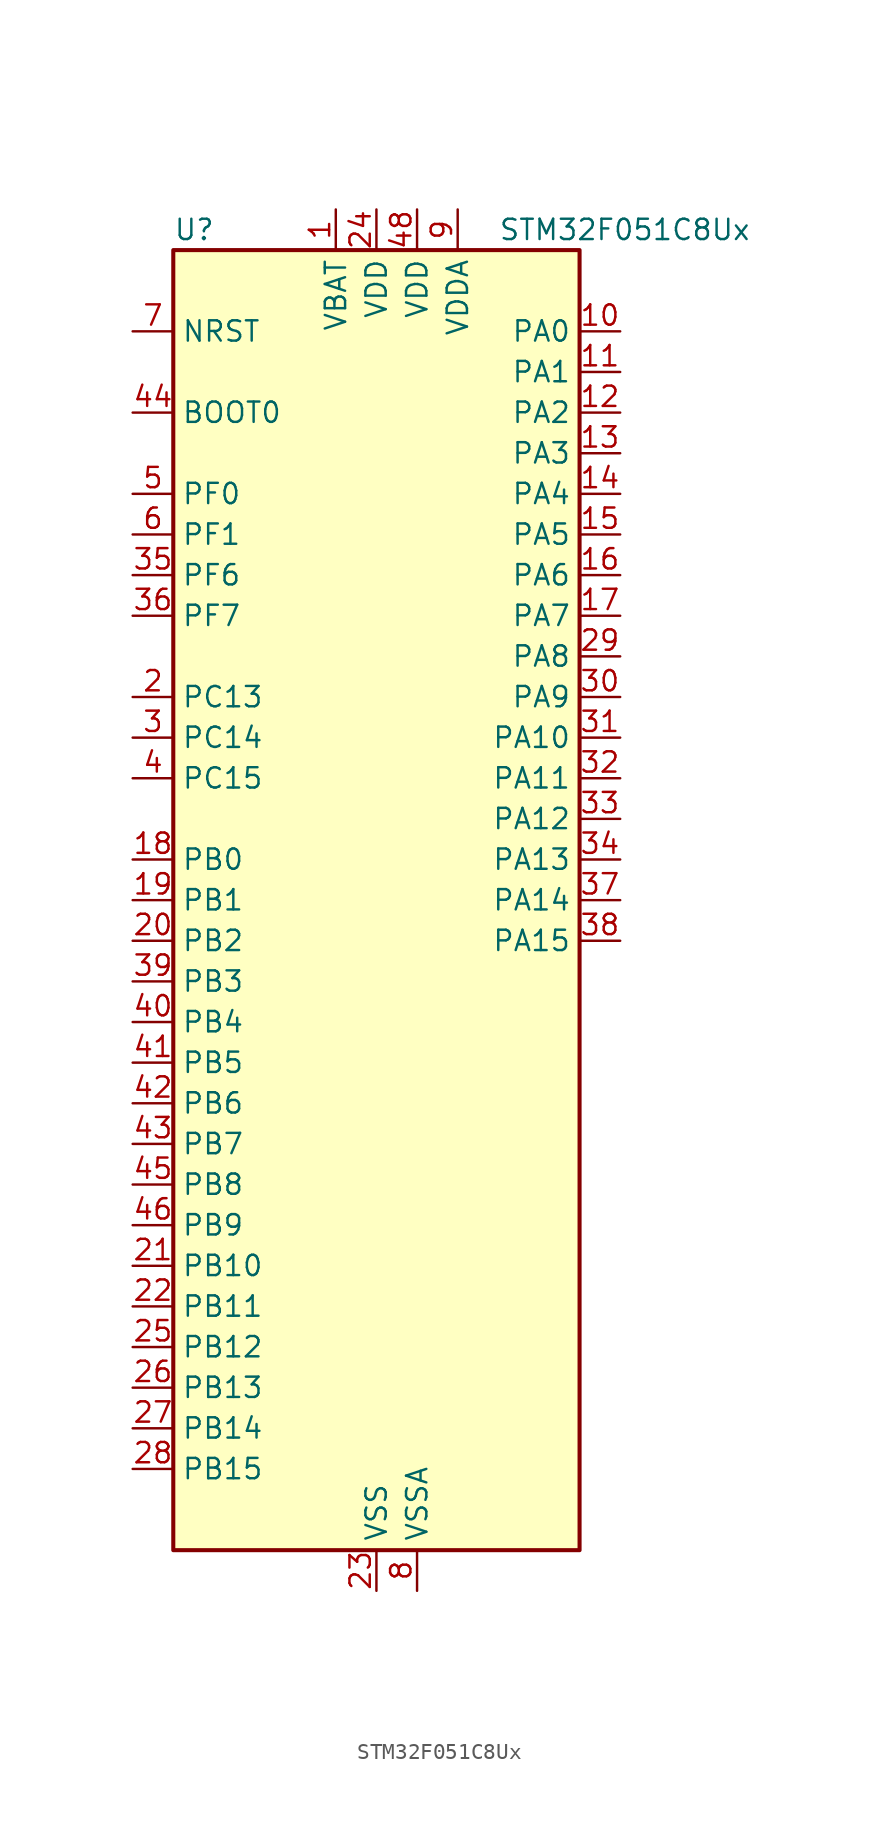
<source format=kicad_sym>
(kicad_symbol_lib
  (version 20241209)
  (generator "kicad_symbol_editor")
  (generator_version "9.0")
  (symbol "STM32F051C8Ux"
    (property "Reference" "U"
      (at -12.7 41.91 0)
      (effects (font (size 1.27 1.27)) (justify left)))
    (property "Value" "STM32F051C8Ux"
      (at 7.62 41.91 0)
      (effects (font (size 1.27 1.27)) (justify left)))
    (symbol "STM32F051C8Ux_0_1"
      (rectangle (start -12.7 -40.64) (end 12.7 40.64) (stroke (width 0.254) (type default)) (fill (type background))))
    (symbol "STM32F051C8Ux_1_1"
      (pin input line (at -15.24 35.56 0) (length 2.54) (name "NRST" (effects (font (size 1.27 1.27)))) (number "7" (effects (font (size 1.27 1.27)))))
      (pin input line (at -15.24 30.48 0) (length 2.54) (name "BOOT0" (effects (font (size 1.27 1.27)))) (number "44" (effects (font (size 1.27 1.27)))))
      (pin bidirectional line (at -15.24 25.4 0) (length 2.54) (name "PF0" (effects (font (size 1.27 1.27)))) (number "5" (effects (font (size 1.27 1.27)))) (alternate "RCC_OSC_IN" bidirectional line))
      (pin bidirectional line (at -15.24 22.86 0) (length 2.54) (name "PF1" (effects (font (size 1.27 1.27)))) (number "6" (effects (font (size 1.27 1.27)))) (alternate "RCC_OSC_OUT" bidirectional line))
      (pin bidirectional line (at -15.24 20.32 0) (length 2.54) (name "PF6" (effects (font (size 1.27 1.27)))) (number "35" (effects (font (size 1.27 1.27)))) (alternate "I2C2_SCL" bidirectional line))
      (pin bidirectional line (at -15.24 17.78 0) (length 2.54) (name "PF7" (effects (font (size 1.27 1.27)))) (number "36" (effects (font (size 1.27 1.27)))) (alternate "I2C2_SDA" bidirectional line))
      (pin bidirectional line (at -15.24 12.7 0) (length 2.54) (name "PC13" (effects (font (size 1.27 1.27)))) (number "2" (effects (font (size 1.27 1.27)))) (alternate "RTC_OUT_ALARM" bidirectional line) (alternate "RTC_OUT_CALIB" bidirectional line) (alternate "RTC_TAMP1" bidirectional line) (alternate "RTC_TS" bidirectional line) (alternate "SYS_WKUP2" bidirectional line))
      (pin bidirectional line (at -15.24 10.16 0) (length 2.54) (name "PC14" (effects (font (size 1.27 1.27)))) (number "3" (effects (font (size 1.27 1.27)))) (alternate "RCC_OSC32_IN" bidirectional line))
      (pin bidirectional line (at -15.24 7.62 0) (length 2.54) (name "PC15" (effects (font (size 1.27 1.27)))) (number "4" (effects (font (size 1.27 1.27)))) (alternate "RCC_OSC32_OUT" bidirectional line))
      (pin bidirectional line (at -15.24 2.54 0) (length 2.54) (name "PB0" (effects (font (size 1.27 1.27)))) (number "18" (effects (font (size 1.27 1.27)))) (alternate "ADC_IN8" bidirectional line) (alternate "TIM1_CH2N" bidirectional line) (alternate "TIM3_CH3" bidirectional line) (alternate "TSC_G3_IO2" bidirectional line))
      (pin bidirectional line (at -15.24 0 0) (length 2.54) (name "PB1" (effects (font (size 1.27 1.27)))) (number "19" (effects (font (size 1.27 1.27)))) (alternate "ADC_IN9" bidirectional line) (alternate "TIM14_CH1" bidirectional line) (alternate "TIM1_CH3N" bidirectional line) (alternate "TIM3_CH4" bidirectional line) (alternate "TSC_G3_IO3" bidirectional line))
      (pin bidirectional line (at -15.24 -2.54 0) (length 2.54) (name "PB2" (effects (font (size 1.27 1.27)))) (number "20" (effects (font (size 1.27 1.27)))) (alternate "TSC_G3_IO4" bidirectional line))
      (pin bidirectional line (at -15.24 -5.08 0) (length 2.54) (name "PB3" (effects (font (size 1.27 1.27)))) (number "39" (effects (font (size 1.27 1.27)))) (alternate "I2S1_CK" bidirectional line) (alternate "SPI1_SCK" bidirectional line) (alternate "TIM2_CH2" bidirectional line) (alternate "TSC_G5_IO1" bidirectional line))
      (pin bidirectional line (at -15.24 -7.62 0) (length 2.54) (name "PB4" (effects (font (size 1.27 1.27)))) (number "40" (effects (font (size 1.27 1.27)))) (alternate "I2S1_MCK" bidirectional line) (alternate "SPI1_MISO" bidirectional line) (alternate "TIM3_CH1" bidirectional line) (alternate "TSC_G5_IO2" bidirectional line))
      (pin bidirectional line (at -15.24 -10.16 0) (length 2.54) (name "PB5" (effects (font (size 1.27 1.27)))) (number "41" (effects (font (size 1.27 1.27)))) (alternate "I2C1_SMBA" bidirectional line) (alternate "I2S1_SD" bidirectional line) (alternate "SPI1_MOSI" bidirectional line) (alternate "TIM16_BKIN" bidirectional line) (alternate "TIM3_CH2" bidirectional line))
      (pin bidirectional line (at -15.24 -12.7 0) (length 2.54) (name "PB6" (effects (font (size 1.27 1.27)))) (number "42" (effects (font (size 1.27 1.27)))) (alternate "I2C1_SCL" bidirectional line) (alternate "TIM16_CH1N" bidirectional line) (alternate "TSC_G5_IO3" bidirectional line) (alternate "USART1_TX" bidirectional line))
      (pin bidirectional line (at -15.24 -15.24 0) (length 2.54) (name "PB7" (effects (font (size 1.27 1.27)))) (number "43" (effects (font (size 1.27 1.27)))) (alternate "I2C1_SDA" bidirectional line) (alternate "TIM17_CH1N" bidirectional line) (alternate "TSC_G5_IO4" bidirectional line) (alternate "USART1_RX" bidirectional line))
      (pin bidirectional line (at -15.24 -17.78 0) (length 2.54) (name "PB8" (effects (font (size 1.27 1.27)))) (number "45" (effects (font (size 1.27 1.27)))) (alternate "CEC" bidirectional line) (alternate "I2C1_SCL" bidirectional line) (alternate "TIM16_CH1" bidirectional line) (alternate "TSC_SYNC" bidirectional line))
      (pin bidirectional line (at -15.24 -20.32 0) (length 2.54) (name "PB9" (effects (font (size 1.27 1.27)))) (number "46" (effects (font (size 1.27 1.27)))) (alternate "DAC1_EXTI9" bidirectional line) (alternate "I2C1_SDA" bidirectional line) (alternate "IR_OUT" bidirectional line) (alternate "TIM17_CH1" bidirectional line))
      (pin bidirectional line (at -15.24 -22.86 0) (length 2.54) (name "PB10" (effects (font (size 1.27 1.27)))) (number "21" (effects (font (size 1.27 1.27)))) (alternate "CEC" bidirectional line) (alternate "I2C2_SCL" bidirectional line) (alternate "TIM2_CH3" bidirectional line) (alternate "TSC_SYNC" bidirectional line))
      (pin bidirectional line (at -15.24 -25.4 0) (length 2.54) (name "PB11" (effects (font (size 1.27 1.27)))) (number "22" (effects (font (size 1.27 1.27)))) (alternate "I2C2_SDA" bidirectional line) (alternate "TIM2_CH4" bidirectional line) (alternate "TSC_G6_IO1" bidirectional line))
      (pin bidirectional line (at -15.24 -27.94 0) (length 2.54) (name "PB12" (effects (font (size 1.27 1.27)))) (number "25" (effects (font (size 1.27 1.27)))) (alternate "SPI2_NSS" bidirectional line) (alternate "TIM1_BKIN" bidirectional line) (alternate "TSC_G6_IO2" bidirectional line))
      (pin bidirectional line (at -15.24 -30.48 0) (length 2.54) (name "PB13" (effects (font (size 1.27 1.27)))) (number "26" (effects (font (size 1.27 1.27)))) (alternate "SPI2_SCK" bidirectional line) (alternate "TIM1_CH1N" bidirectional line) (alternate "TSC_G6_IO3" bidirectional line))
      (pin bidirectional line (at -15.24 -33.02 0) (length 2.54) (name "PB14" (effects (font (size 1.27 1.27)))) (number "27" (effects (font (size 1.27 1.27)))) (alternate "SPI2_MISO" bidirectional line) (alternate "TIM15_CH1" bidirectional line) (alternate "TIM1_CH2N" bidirectional line) (alternate "TSC_G6_IO4" bidirectional line))
      (pin bidirectional line (at -15.24 -35.56 0) (length 2.54) (name "PB15" (effects (font (size 1.27 1.27)))) (number "28" (effects (font (size 1.27 1.27)))) (alternate "RTC_REFIN" bidirectional line) (alternate "SPI2_MOSI" bidirectional line) (alternate "TIM15_CH1N" bidirectional line) (alternate "TIM15_CH2" bidirectional line) (alternate "TIM1_CH3N" bidirectional line))
      (pin power_in line (at -2.54 43.18 270) (length 2.54) (name "VBAT" (effects (font (size 1.27 1.27)))) (number "1" (effects (font (size 1.27 1.27)))))
      (pin power_in line (at 0 43.18 270) (length 2.54) (name "VDD" (effects (font (size 1.27 1.27)))) (number "24" (effects (font (size 1.27 1.27)))))
      (pin power_in line (at 0 -43.18 90) (length 2.54) (name "VSS" (effects (font (size 1.27 1.27)))) (number "23" (effects (font (size 1.27 1.27)))))
      (pin passive line (at 0 -43.18 90) (length 2.54) (hide yes) (name "VSS" (effects (font (size 1.27 1.27)))) (number "47" (effects (font (size 1.27 1.27)))))
      (pin passive line (at 0 -43.18 90) (length 2.54) (hide yes) (name "VSS" (effects (font (size 1.27 1.27)))) (number "49" (effects (font (size 1.27 1.27)))))
      (pin power_in line (at 2.54 43.18 270) (length 2.54) (name "VDD" (effects (font (size 1.27 1.27)))) (number "48" (effects (font (size 1.27 1.27)))))
      (pin power_in line (at 2.54 -43.18 90) (length 2.54) (name "VSSA" (effects (font (size 1.27 1.27)))) (number "8" (effects (font (size 1.27 1.27)))))
      (pin power_in line (at 5.08 43.18 270) (length 2.54) (name "VDDA" (effects (font (size 1.27 1.27)))) (number "9" (effects (font (size 1.27 1.27)))))
      (pin bidirectional line (at 15.24 35.56 180) (length 2.54) (name "PA0" (effects (font (size 1.27 1.27)))) (number "10" (effects (font (size 1.27 1.27)))) (alternate "ADC_IN0" bidirectional line) (alternate "COMP1_INM" bidirectional line) (alternate "COMP1_OUT" bidirectional line) (alternate "RTC_TAMP2" bidirectional line) (alternate "SYS_WKUP1" bidirectional line) (alternate "TIM2_CH1" bidirectional line) (alternate "TIM2_ETR" bidirectional line) (alternate "TSC_G1_IO1" bidirectional line) (alternate "USART2_CTS" bidirectional line))
      (pin bidirectional line (at 15.24 33.02 180) (length 2.54) (name "PA1" (effects (font (size 1.27 1.27)))) (number "11" (effects (font (size 1.27 1.27)))) (alternate "ADC_IN1" bidirectional line) (alternate "COMP1_INP" bidirectional line) (alternate "TIM2_CH2" bidirectional line) (alternate "TSC_G1_IO2" bidirectional line) (alternate "USART2_DE" bidirectional line) (alternate "USART2_RTS" bidirectional line))
      (pin bidirectional line (at 15.24 30.48 180) (length 2.54) (name "PA2" (effects (font (size 1.27 1.27)))) (number "12" (effects (font (size 1.27 1.27)))) (alternate "ADC_IN2" bidirectional line) (alternate "COMP2_INM" bidirectional line) (alternate "COMP2_OUT" bidirectional line) (alternate "TIM15_CH1" bidirectional line) (alternate "TIM2_CH3" bidirectional line) (alternate "TSC_G1_IO3" bidirectional line) (alternate "USART2_TX" bidirectional line))
      (pin bidirectional line (at 15.24 27.94 180) (length 2.54) (name "PA3" (effects (font (size 1.27 1.27)))) (number "13" (effects (font (size 1.27 1.27)))) (alternate "ADC_IN3" bidirectional line) (alternate "COMP2_INP" bidirectional line) (alternate "TIM15_CH2" bidirectional line) (alternate "TIM2_CH4" bidirectional line) (alternate "TSC_G1_IO4" bidirectional line) (alternate "USART2_RX" bidirectional line))
      (pin bidirectional line (at 15.24 25.4 180) (length 2.54) (name "PA4" (effects (font (size 1.27 1.27)))) (number "14" (effects (font (size 1.27 1.27)))) (alternate "ADC_IN4" bidirectional line) (alternate "COMP1_INM" bidirectional line) (alternate "COMP2_INM" bidirectional line) (alternate "DAC1_OUT1" bidirectional line) (alternate "I2S1_WS" bidirectional line) (alternate "SPI1_NSS" bidirectional line) (alternate "TIM14_CH1" bidirectional line) (alternate "TSC_G2_IO1" bidirectional line) (alternate "USART2_CK" bidirectional line))
      (pin bidirectional line (at 15.24 22.86 180) (length 2.54) (name "PA5" (effects (font (size 1.27 1.27)))) (number "15" (effects (font (size 1.27 1.27)))) (alternate "ADC_IN5" bidirectional line) (alternate "CEC" bidirectional line) (alternate "COMP1_INM" bidirectional line) (alternate "COMP2_INM" bidirectional line) (alternate "I2S1_CK" bidirectional line) (alternate "SPI1_SCK" bidirectional line) (alternate "TIM2_CH1" bidirectional line) (alternate "TIM2_ETR" bidirectional line) (alternate "TSC_G2_IO2" bidirectional line))
      (pin bidirectional line (at 15.24 20.32 180) (length 2.54) (name "PA6" (effects (font (size 1.27 1.27)))) (number "16" (effects (font (size 1.27 1.27)))) (alternate "ADC_IN6" bidirectional line) (alternate "COMP1_OUT" bidirectional line) (alternate "I2S1_MCK" bidirectional line) (alternate "SPI1_MISO" bidirectional line) (alternate "TIM16_CH1" bidirectional line) (alternate "TIM1_BKIN" bidirectional line) (alternate "TIM3_CH1" bidirectional line) (alternate "TSC_G2_IO3" bidirectional line))
      (pin bidirectional line (at 15.24 17.78 180) (length 2.54) (name "PA7" (effects (font (size 1.27 1.27)))) (number "17" (effects (font (size 1.27 1.27)))) (alternate "ADC_IN7" bidirectional line) (alternate "COMP2_OUT" bidirectional line) (alternate "I2S1_SD" bidirectional line) (alternate "SPI1_MOSI" bidirectional line) (alternate "TIM14_CH1" bidirectional line) (alternate "TIM17_CH1" bidirectional line) (alternate "TIM1_CH1N" bidirectional line) (alternate "TIM3_CH2" bidirectional line) (alternate "TSC_G2_IO4" bidirectional line))
      (pin bidirectional line (at 15.24 15.24 180) (length 2.54) (name "PA8" (effects (font (size 1.27 1.27)))) (number "29" (effects (font (size 1.27 1.27)))) (alternate "RCC_MCO" bidirectional line) (alternate "TIM1_CH1" bidirectional line) (alternate "USART1_CK" bidirectional line))
      (pin bidirectional line (at 15.24 12.7 180) (length 2.54) (name "PA9" (effects (font (size 1.27 1.27)))) (number "30" (effects (font (size 1.27 1.27)))) (alternate "DAC1_EXTI9" bidirectional line) (alternate "TIM15_BKIN" bidirectional line) (alternate "TIM1_CH2" bidirectional line) (alternate "TSC_G4_IO1" bidirectional line) (alternate "USART1_TX" bidirectional line))
      (pin bidirectional line (at 15.24 10.16 180) (length 2.54) (name "PA10" (effects (font (size 1.27 1.27)))) (number "31" (effects (font (size 1.27 1.27)))) (alternate "TIM17_BKIN" bidirectional line) (alternate "TIM1_CH3" bidirectional line) (alternate "TSC_G4_IO2" bidirectional line) (alternate "USART1_RX" bidirectional line))
      (pin bidirectional line (at 15.24 7.62 180) (length 2.54) (name "PA11" (effects (font (size 1.27 1.27)))) (number "32" (effects (font (size 1.27 1.27)))) (alternate "COMP1_OUT" bidirectional line) (alternate "TIM1_CH4" bidirectional line) (alternate "TSC_G4_IO3" bidirectional line) (alternate "USART1_CTS" bidirectional line))
      (pin bidirectional line (at 15.24 5.08 180) (length 2.54) (name "PA12" (effects (font (size 1.27 1.27)))) (number "33" (effects (font (size 1.27 1.27)))) (alternate "COMP2_OUT" bidirectional line) (alternate "TIM1_ETR" bidirectional line) (alternate "TSC_G4_IO4" bidirectional line) (alternate "USART1_DE" bidirectional line) (alternate "USART1_RTS" bidirectional line))
      (pin bidirectional line (at 15.24 2.54 180) (length 2.54) (name "PA13" (effects (font (size 1.27 1.27)))) (number "34" (effects (font (size 1.27 1.27)))) (alternate "IR_OUT" bidirectional line) (alternate "SYS_SWDIO" bidirectional line))
      (pin bidirectional line (at 15.24 0 180) (length 2.54) (name "PA14" (effects (font (size 1.27 1.27)))) (number "37" (effects (font (size 1.27 1.27)))) (alternate "SYS_SWCLK" bidirectional line) (alternate "USART2_TX" bidirectional line))
      (pin bidirectional line (at 15.24 -2.54 180) (length 2.54) (name "PA15" (effects (font (size 1.27 1.27)))) (number "38" (effects (font (size 1.27 1.27)))) (alternate "I2S1_WS" bidirectional line) (alternate "SPI1_NSS" bidirectional line) (alternate "TIM2_CH1" bidirectional line) (alternate "TIM2_ETR" bidirectional line) (alternate "USART2_RX" bidirectional line)))))
</source>
